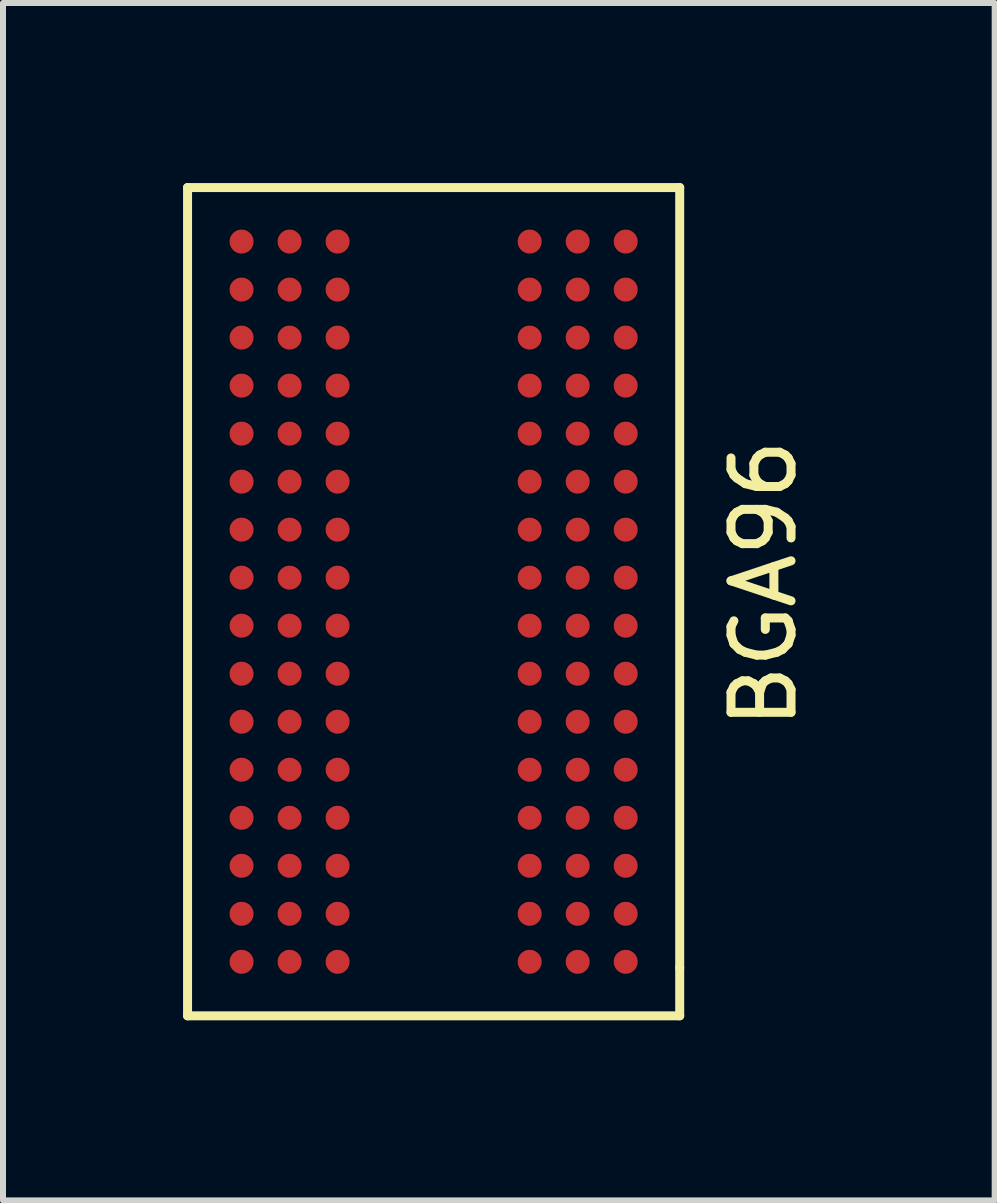
<source format=kicad_pcb>
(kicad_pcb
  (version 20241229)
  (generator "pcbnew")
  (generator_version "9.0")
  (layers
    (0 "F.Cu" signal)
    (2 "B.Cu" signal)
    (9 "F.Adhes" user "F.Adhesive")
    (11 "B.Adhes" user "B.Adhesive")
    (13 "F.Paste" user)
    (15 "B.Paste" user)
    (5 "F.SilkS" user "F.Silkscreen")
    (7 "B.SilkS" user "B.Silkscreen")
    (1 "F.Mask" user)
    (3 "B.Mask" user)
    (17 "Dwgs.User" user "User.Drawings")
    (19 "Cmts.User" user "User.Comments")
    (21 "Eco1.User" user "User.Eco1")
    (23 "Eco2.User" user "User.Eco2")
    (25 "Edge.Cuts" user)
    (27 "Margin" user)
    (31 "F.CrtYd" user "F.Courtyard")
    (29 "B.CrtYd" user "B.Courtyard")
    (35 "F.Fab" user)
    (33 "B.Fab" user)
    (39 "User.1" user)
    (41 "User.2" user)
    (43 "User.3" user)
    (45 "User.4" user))
  (footprint "BGA96"
    (layer "F.Cu")
    (at 4.175 6.975)
    (property "Reference" "BGA96" (at 5.5 -0.3 90) (layer "F.SilkS") (effects (font (size 1 1) (thickness 0.15))))
    (attr smd)
    (fp_line (start -4.1 -6.9) (end -4.1 6.9) (stroke (width 0.15) (type solid)) (layer "F.SilkS"))
    (fp_line (start -4.1 -6.9) (end 4.1 -6.9) (stroke (width 0.15) (type solid)) (layer "F.SilkS"))
    (fp_line (start -4.1 6.9) (end 4.1 6.9) (stroke (width 0.15) (type solid)) (layer "F.SilkS"))
    (fp_line (start 4.1 -6.9) (end 4.1 6.1) (stroke (width 0.15) (type solid)) (layer "F.SilkS"))
    (fp_line (start 4.1 6.9) (end 4.1 6.1) (stroke (width 0.15) (type solid)) (layer "F.SilkS"))
    (pad "A1" smd circle (at -3.2 -6) (size 0.4 0.4) (layers "F.Cu" "F.Mask" "F.Paste"))
    (pad "A2" smd circle (at -2.4 -6) (size 0.4 0.4) (layers "F.Cu" "F.Mask" "F.Paste"))
    (pad "A3" smd circle (at -1.6 -6) (size 0.4 0.4) (layers "F.Cu" "F.Mask" "F.Paste"))
    (pad "A7" smd circle (at 1.6 -6) (size 0.4 0.4) (layers "F.Cu" "F.Mask" "F.Paste"))
    (pad "A8" smd circle (at 2.4 -6) (size 0.4 0.4) (layers "F.Cu" "F.Mask" "F.Paste"))
    (pad "A9" smd circle (at 3.2 -6) (size 0.4 0.4) (layers "F.Cu" "F.Mask" "F.Paste"))
    (pad "B1" smd circle (at -3.2 -5.2) (size 0.4 0.4) (layers "F.Cu" "F.Mask" "F.Paste"))
    (pad "B2" smd circle (at -2.4 -5.2) (size 0.4 0.4) (layers "F.Cu" "F.Mask" "F.Paste"))
    (pad "B3" smd circle (at -1.6 -5.2) (size 0.4 0.4) (layers "F.Cu" "F.Mask" "F.Paste"))
    (pad "B7" smd circle (at 1.6 -5.2) (size 0.4 0.4) (layers "F.Cu" "F.Mask" "F.Paste"))
    (pad "B8" smd circle (at 2.4 -5.2) (size 0.4 0.4) (layers "F.Cu" "F.Mask" "F.Paste"))
    (pad "B9" smd circle (at 3.2 -5.2) (size 0.4 0.4) (layers "F.Cu" "F.Mask" "F.Paste"))
    (pad "C1" smd circle (at -3.2 -4.4) (size 0.4 0.4) (layers "F.Cu" "F.Mask" "F.Paste"))
    (pad "C2" smd circle (at -2.4 -4.4) (size 0.4 0.4) (layers "F.Cu" "F.Mask" "F.Paste"))
    (pad "C3" smd circle (at -1.6 -4.4) (size 0.4 0.4) (layers "F.Cu" "F.Mask" "F.Paste"))
    (pad "C7" smd circle (at 1.6 -4.4) (size 0.4 0.4) (layers "F.Cu" "F.Mask" "F.Paste"))
    (pad "C8" smd circle (at 2.4 -4.4) (size 0.4 0.4) (layers "F.Cu" "F.Mask" "F.Paste"))
    (pad "C9" smd circle (at 3.2 -4.4) (size 0.4 0.4) (layers "F.Cu" "F.Mask" "F.Paste"))
    (pad "D1" smd circle (at -3.2 -3.6) (size 0.4 0.4) (layers "F.Cu" "F.Mask" "F.Paste"))
    (pad "D2" smd circle (at -2.4 -3.6) (size 0.4 0.4) (layers "F.Cu" "F.Mask" "F.Paste"))
    (pad "D3" smd circle (at -1.6 -3.6) (size 0.4 0.4) (layers "F.Cu" "F.Mask" "F.Paste"))
    (pad "D7" smd circle (at 1.6 -3.6) (size 0.4 0.4) (layers "F.Cu" "F.Mask" "F.Paste"))
    (pad "D8" smd circle (at 2.4 -3.6) (size 0.4 0.4) (layers "F.Cu" "F.Mask" "F.Paste"))
    (pad "D9" smd circle (at 3.2 -3.6) (size 0.4 0.4) (layers "F.Cu" "F.Mask" "F.Paste"))
    (pad "E1" smd circle (at -3.2 -2.8) (size 0.4 0.4) (layers "F.Cu" "F.Mask" "F.Paste"))
    (pad "E2" smd circle (at -2.4 -2.8) (size 0.4 0.4) (layers "F.Cu" "F.Mask" "F.Paste"))
    (pad "E3" smd circle (at -1.6 -2.8) (size 0.4 0.4) (layers "F.Cu" "F.Mask" "F.Paste"))
    (pad "E7" smd circle (at 1.6 -2.8) (size 0.4 0.4) (layers "F.Cu" "F.Mask" "F.Paste"))
    (pad "E8" smd circle (at 2.4 -2.8) (size 0.4 0.4) (layers "F.Cu" "F.Mask" "F.Paste"))
    (pad "E9" smd circle (at 3.2 -2.8) (size 0.4 0.4) (layers "F.Cu" "F.Mask" "F.Paste"))
    (pad "F1" smd circle (at -3.2 -2) (size 0.4 0.4) (layers "F.Cu" "F.Mask" "F.Paste"))
    (pad "F2" smd circle (at -2.4 -2) (size 0.4 0.4) (layers "F.Cu" "F.Mask" "F.Paste"))
    (pad "F3" smd circle (at -1.6 -2) (size 0.4 0.4) (layers "F.Cu" "F.Mask" "F.Paste"))
    (pad "F7" smd circle (at 1.6 -2) (size 0.4 0.4) (layers "F.Cu" "F.Mask" "F.Paste"))
    (pad "F8" smd circle (at 2.4 -2) (size 0.4 0.4) (layers "F.Cu" "F.Mask" "F.Paste"))
    (pad "F9" smd circle (at 3.2 -2) (size 0.4 0.4) (layers "F.Cu" "F.Mask" "F.Paste"))
    (pad "G1" smd circle (at -3.2 -1.2) (size 0.4 0.4) (layers "F.Cu" "F.Mask" "F.Paste"))
    (pad "G2" smd circle (at -2.4 -1.2) (size 0.4 0.4) (layers "F.Cu" "F.Mask" "F.Paste"))
    (pad "G3" smd circle (at -1.6 -1.2) (size 0.4 0.4) (layers "F.Cu" "F.Mask" "F.Paste"))
    (pad "G7" smd circle (at 1.6 -1.2) (size 0.4 0.4) (layers "F.Cu" "F.Mask" "F.Paste"))
    (pad "G8" smd circle (at 2.4 -1.2) (size 0.4 0.4) (layers "F.Cu" "F.Mask" "F.Paste"))
    (pad "G9" smd circle (at 3.2 -1.2) (size 0.4 0.4) (layers "F.Cu" "F.Mask" "F.Paste"))
    (pad "H1" smd circle (at -3.2 -0.4) (size 0.4 0.4) (layers "F.Cu" "F.Mask" "F.Paste"))
    (pad "H2" smd circle (at -2.4 -0.4) (size 0.4 0.4) (layers "F.Cu" "F.Mask" "F.Paste"))
    (pad "H3" smd circle (at -1.6 -0.4) (size 0.4 0.4) (layers "F.Cu" "F.Mask" "F.Paste"))
    (pad "H7" smd circle (at 1.6 -0.4) (size 0.4 0.4) (layers "F.Cu" "F.Mask" "F.Paste"))
    (pad "H8" smd circle (at 2.4 -0.4) (size 0.4 0.4) (layers "F.Cu" "F.Mask" "F.Paste"))
    (pad "H9" smd circle (at 3.2 -0.4) (size 0.4 0.4) (layers "F.Cu" "F.Mask" "F.Paste"))
    (pad "J1" smd circle (at -3.2 0.4) (size 0.4 0.4) (layers "F.Cu" "F.Mask" "F.Paste"))
    (pad "J2" smd circle (at -2.4 0.4) (size 0.4 0.4) (layers "F.Cu" "F.Mask" "F.Paste"))
    (pad "J3" smd circle (at -1.6 0.4) (size 0.4 0.4) (layers "F.Cu" "F.Mask" "F.Paste"))
    (pad "J7" smd circle (at 1.6 0.4) (size 0.4 0.4) (layers "F.Cu" "F.Mask" "F.Paste"))
    (pad "J8" smd circle (at 2.4 0.4) (size 0.4 0.4) (layers "F.Cu" "F.Mask" "F.Paste"))
    (pad "J9" smd circle (at 3.2 0.4) (size 0.4 0.4) (layers "F.Cu" "F.Mask" "F.Paste"))
    (pad "K1" smd circle (at -3.2 1.2) (size 0.4 0.4) (layers "F.Cu" "F.Mask" "F.Paste"))
    (pad "K2" smd circle (at -2.4 1.2) (size 0.4 0.4) (layers "F.Cu" "F.Mask" "F.Paste"))
    (pad "K3" smd circle (at -1.6 1.2) (size 0.4 0.4) (layers "F.Cu" "F.Mask" "F.Paste"))
    (pad "K7" smd circle (at 1.6 1.2) (size 0.4 0.4) (layers "F.Cu" "F.Mask" "F.Paste"))
    (pad "K8" smd circle (at 2.4 1.2) (size 0.4 0.4) (layers "F.Cu" "F.Mask" "F.Paste"))
    (pad "K9" smd circle (at 3.2 1.2) (size 0.4 0.4) (layers "F.Cu" "F.Mask" "F.Paste"))
    (pad "L1" smd circle (at -3.2 2) (size 0.4 0.4) (layers "F.Cu" "F.Mask" "F.Paste"))
    (pad "L2" smd circle (at -2.4 2) (size 0.4 0.4) (layers "F.Cu" "F.Mask" "F.Paste"))
    (pad "L3" smd circle (at -1.6 2) (size 0.4 0.4) (layers "F.Cu" "F.Mask" "F.Paste"))
    (pad "L7" smd circle (at 1.6 2) (size 0.4 0.4) (layers "F.Cu" "F.Mask" "F.Paste"))
    (pad "L8" smd circle (at 2.4 2) (size 0.4 0.4) (layers "F.Cu" "F.Mask" "F.Paste"))
    (pad "L9" smd circle (at 3.2 2) (size 0.4 0.4) (layers "F.Cu" "F.Mask" "F.Paste"))
    (pad "M1" smd circle (at -3.2 2.8) (size 0.4 0.4) (layers "F.Cu" "F.Mask" "F.Paste"))
    (pad "M2" smd circle (at -2.4 2.8) (size 0.4 0.4) (layers "F.Cu" "F.Mask" "F.Paste"))
    (pad "M3" smd circle (at -1.6 2.8) (size 0.4 0.4) (layers "F.Cu" "F.Mask" "F.Paste"))
    (pad "M7" smd circle (at 1.6 2.8) (size 0.4 0.4) (layers "F.Cu" "F.Mask" "F.Paste"))
    (pad "M8" smd circle (at 2.4 2.8) (size 0.4 0.4) (layers "F.Cu" "F.Mask" "F.Paste"))
    (pad "M9" smd circle (at 3.2 2.8) (size 0.4 0.4) (layers "F.Cu" "F.Mask" "F.Paste"))
    (pad "N1" smd circle (at -3.2 3.6) (size 0.4 0.4) (layers "F.Cu" "F.Mask" "F.Paste"))
    (pad "N2" smd circle (at -2.4 3.6) (size 0.4 0.4) (layers "F.Cu" "F.Mask" "F.Paste"))
    (pad "N3" smd circle (at -1.6 3.6) (size 0.4 0.4) (layers "F.Cu" "F.Mask" "F.Paste"))
    (pad "N7" smd circle (at 1.6 3.6) (size 0.4 0.4) (layers "F.Cu" "F.Mask" "F.Paste"))
    (pad "N8" smd circle (at 2.4 3.6) (size 0.4 0.4) (layers "F.Cu" "F.Mask" "F.Paste"))
    (pad "N9" smd circle (at 3.2 3.6) (size 0.4 0.4) (layers "F.Cu" "F.Mask" "F.Paste"))
    (pad "P1" smd circle (at -3.2 4.4) (size 0.4 0.4) (layers "F.Cu" "F.Mask" "F.Paste"))
    (pad "P2" smd circle (at -2.4 4.4) (size 0.4 0.4) (layers "F.Cu" "F.Mask" "F.Paste"))
    (pad "P3" smd circle (at -1.6 4.4) (size 0.4 0.4) (layers "F.Cu" "F.Mask" "F.Paste"))
    (pad "P7" smd circle (at 1.6 4.4) (size 0.4 0.4) (layers "F.Cu" "F.Mask" "F.Paste"))
    (pad "P8" smd circle (at 2.4 4.4) (size 0.4 0.4) (layers "F.Cu" "F.Mask" "F.Paste"))
    (pad "P9" smd circle (at 3.2 4.4) (size 0.4 0.4) (layers "F.Cu" "F.Mask" "F.Paste"))
    (pad "R1" smd circle (at -3.2 5.2) (size 0.4 0.4) (layers "F.Cu" "F.Mask" "F.Paste"))
    (pad "R2" smd circle (at -2.4 5.2) (size 0.4 0.4) (layers "F.Cu" "F.Mask" "F.Paste"))
    (pad "R3" smd circle (at -1.6 5.2) (size 0.4 0.4) (layers "F.Cu" "F.Mask" "F.Paste"))
    (pad "R7" smd circle (at 1.6 5.2) (size 0.4 0.4) (layers "F.Cu" "F.Mask" "F.Paste"))
    (pad "R8" smd circle (at 2.4 5.2) (size 0.4 0.4) (layers "F.Cu" "F.Mask" "F.Paste"))
    (pad "R9" smd circle (at 3.2 5.2) (size 0.4 0.4) (layers "F.Cu" "F.Mask" "F.Paste"))
    (pad "T1" smd circle (at -3.2 6) (size 0.4 0.4) (layers "F.Cu" "F.Mask" "F.Paste"))
    (pad "T2" smd circle (at -2.4 6) (size 0.4 0.4) (layers "F.Cu" "F.Mask" "F.Paste"))
    (pad "T3" smd circle (at -1.6 6) (size 0.4 0.4) (layers "F.Cu" "F.Mask" "F.Paste"))
    (pad "T7" smd circle (at 1.6 6) (size 0.4 0.4) (layers "F.Cu" "F.Mask" "F.Paste"))
    (pad "T8" smd circle (at 2.4 6) (size 0.4 0.4) (layers "F.Cu" "F.Mask" "F.Paste"))
    (pad "T9" smd circle (at 3.2 6) (size 0.4 0.4) (layers "F.Cu" "F.Mask" "F.Paste")))
  (gr_rect
    (start -3 -3)
    (end 13.523 16.95)
    (stroke (width 0.1) (type default))
    (fill no)
    (layer "Edge.Cuts")))
</source>
